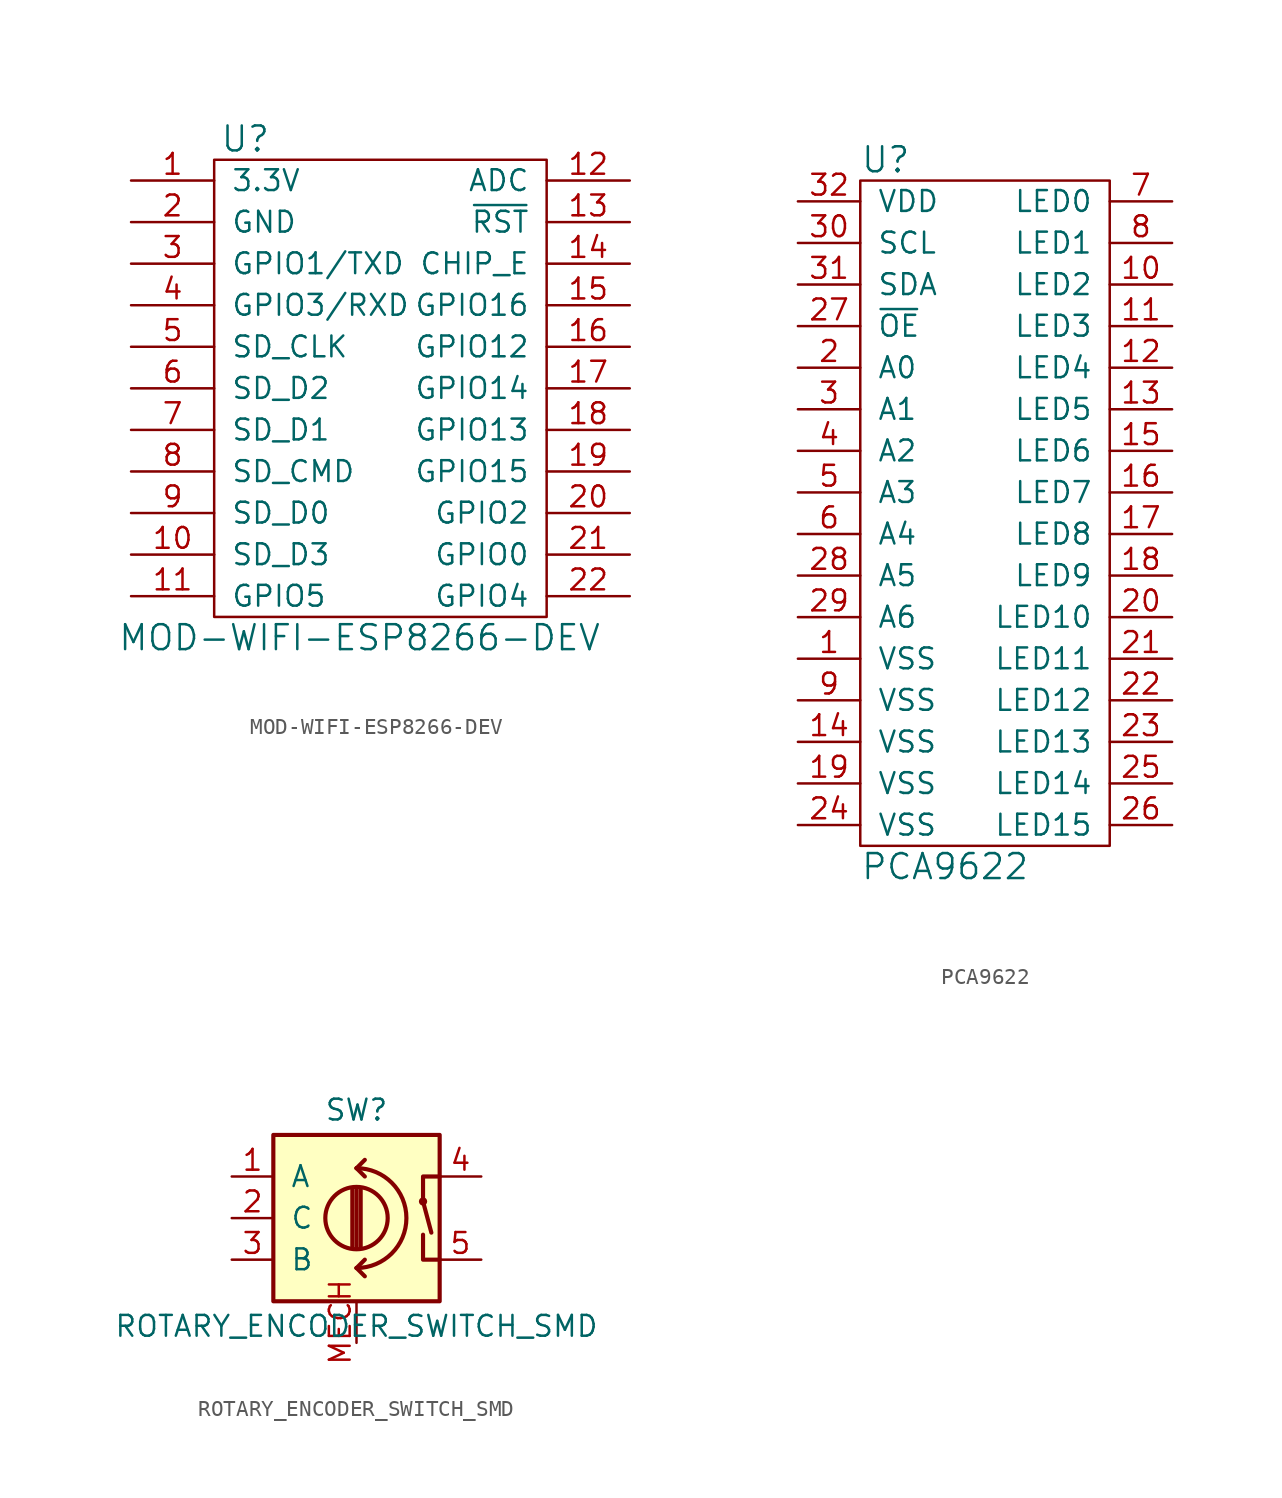
<source format=kicad_sym>
(kicad_symbol_lib
  (version 20211014)
  (generator kicad_symbol_editor)
  (symbol "MOD-WIFI-ESP8266-DEV"
    (pin_names
      (offset 1.016))
    (property "Reference" "U"
      (at -8.255 15.24 0)
      (effects (font (size 1.524 1.524))))
    (property "Value" "MOD-WIFI-ESP8266-DEV"
      (at -1.27 -15.24 0)
      (effects (font (size 1.524 1.524))))
    (symbol "MOD-WIFI-ESP8266-DEV_0_1"
      (rectangle (start -10.16 13.97) (end 10.16 -13.97) (stroke (width 0) (type default) (color 0 0 0 0)) (fill (type none))))
    (symbol "MOD-WIFI-ESP8266-DEV_1_1"
      (pin power_in line (at -15.24 12.7 0) (length 5.08) (name "3.3V" (effects (font (size 1.27 1.27)))) (number "1" (effects (font (size 1.27 1.27)))))
      (pin bidirectional line (at -15.24 -10.16 0) (length 5.08) (name "SD_D3" (effects (font (size 1.27 1.27)))) (number "10" (effects (font (size 1.27 1.27)))))
      (pin bidirectional line (at -15.24 -12.7 0) (length 5.08) (name "GPIO5" (effects (font (size 1.27 1.27)))) (number "11" (effects (font (size 1.27 1.27)))))
      (pin input line (at 15.24 12.7 180) (length 5.08) (name "ADC" (effects (font (size 1.27 1.27)))) (number "12" (effects (font (size 1.27 1.27)))))
      (pin input line (at 15.24 10.16 180) (length 5.08) (name "~{RST}" (effects (font (size 1.27 1.27)))) (number "13" (effects (font (size 1.27 1.27)))))
      (pin input line (at 15.24 7.62 180) (length 5.08) (name "CHIP_E" (effects (font (size 1.27 1.27)))) (number "14" (effects (font (size 1.27 1.27)))))
      (pin bidirectional line (at 15.24 5.08 180) (length 5.08) (name "GPIO16" (effects (font (size 1.27 1.27)))) (number "15" (effects (font (size 1.27 1.27)))))
      (pin bidirectional line (at 15.24 2.54 180) (length 5.08) (name "GPIO12" (effects (font (size 1.27 1.27)))) (number "16" (effects (font (size 1.27 1.27)))))
      (pin bidirectional line (at 15.24 0 180) (length 5.08) (name "GPIO14" (effects (font (size 1.27 1.27)))) (number "17" (effects (font (size 1.27 1.27)))))
      (pin bidirectional line (at 15.24 -2.54 180) (length 5.08) (name "GPIO13" (effects (font (size 1.27 1.27)))) (number "18" (effects (font (size 1.27 1.27)))))
      (pin bidirectional line (at 15.24 -5.08 180) (length 5.08) (name "GPIO15" (effects (font (size 1.27 1.27)))) (number "19" (effects (font (size 1.27 1.27)))))
      (pin power_in line (at -15.24 10.16 0) (length 5.08) (name "GND" (effects (font (size 1.27 1.27)))) (number "2" (effects (font (size 1.27 1.27)))))
      (pin bidirectional line (at 15.24 -7.62 180) (length 5.08) (name "GPIO2" (effects (font (size 1.27 1.27)))) (number "20" (effects (font (size 1.27 1.27)))))
      (pin bidirectional line (at 15.24 -10.16 180) (length 5.08) (name "GPIO0" (effects (font (size 1.27 1.27)))) (number "21" (effects (font (size 1.27 1.27)))))
      (pin bidirectional line (at 15.24 -12.7 180) (length 5.08) (name "GPIO4" (effects (font (size 1.27 1.27)))) (number "22" (effects (font (size 1.27 1.27)))))
      (pin bidirectional line (at -15.24 7.62 0) (length 5.08) (name "GPIO1/TXD" (effects (font (size 1.27 1.27)))) (number "3" (effects (font (size 1.27 1.27)))))
      (pin bidirectional line (at -15.24 5.08 0) (length 5.08) (name "GPIO3/RXD" (effects (font (size 1.27 1.27)))) (number "4" (effects (font (size 1.27 1.27)))))
      (pin bidirectional line (at -15.24 2.54 0) (length 5.08) (name "SD_CLK" (effects (font (size 1.27 1.27)))) (number "5" (effects (font (size 1.27 1.27)))))
      (pin bidirectional line (at -15.24 0 0) (length 5.08) (name "SD_D2" (effects (font (size 1.27 1.27)))) (number "6" (effects (font (size 1.27 1.27)))))
      (pin bidirectional line (at -15.24 -2.54 0) (length 5.08) (name "SD_D1" (effects (font (size 1.27 1.27)))) (number "7" (effects (font (size 1.27 1.27)))))
      (pin bidirectional line (at -15.24 -5.08 0) (length 5.08) (name "SD_CMD" (effects (font (size 1.27 1.27)))) (number "8" (effects (font (size 1.27 1.27)))))
      (pin bidirectional line (at -15.24 -7.62 0) (length 5.08) (name "SD_D0" (effects (font (size 1.27 1.27)))) (number "9" (effects (font (size 1.27 1.27)))))))
  (symbol "PCA9622"
    (pin_names
      (offset 1.016))
    (property "Reference" "U"
      (at -7.62 19.05 0)
      (effects (font (size 1.524 1.524)) (justify left)))
    (property "Value" "PCA9622"
      (at -7.62 -24.13 0)
      (effects (font (size 1.524 1.524)) (justify left)))
    (symbol "PCA9622_0_1"
      (rectangle (start -7.62 17.78) (end 7.62 -22.86) (stroke (width 0) (type default) (color 0 0 0 0)) (fill (type none))))
    (symbol "PCA9622_1_1"
      (pin power_in line (at -11.43 -11.43 0) (length 3.81) (name "VSS" (effects (font (size 1.27 1.27)))) (number "1" (effects (font (size 1.27 1.27)))))
      (pin open_collector line (at 11.43 11.43 180) (length 3.81) (name "LED2" (effects (font (size 1.27 1.27)))) (number "10" (effects (font (size 1.27 1.27)))))
      (pin open_collector line (at 11.43 8.89 180) (length 3.81) (name "LED3" (effects (font (size 1.27 1.27)))) (number "11" (effects (font (size 1.27 1.27)))))
      (pin open_collector line (at 11.43 6.35 180) (length 3.81) (name "LED4" (effects (font (size 1.27 1.27)))) (number "12" (effects (font (size 1.27 1.27)))))
      (pin open_collector line (at 11.43 3.81 180) (length 3.81) (name "LED5" (effects (font (size 1.27 1.27)))) (number "13" (effects (font (size 1.27 1.27)))))
      (pin power_in line (at -11.43 -16.51 0) (length 3.81) (name "VSS" (effects (font (size 1.27 1.27)))) (number "14" (effects (font (size 1.27 1.27)))))
      (pin open_collector line (at 11.43 1.27 180) (length 3.81) (name "LED6" (effects (font (size 1.27 1.27)))) (number "15" (effects (font (size 1.27 1.27)))))
      (pin open_collector line (at 11.43 -1.27 180) (length 3.81) (name "LED7" (effects (font (size 1.27 1.27)))) (number "16" (effects (font (size 1.27 1.27)))))
      (pin open_collector line (at 11.43 -3.81 180) (length 3.81) (name "LED8" (effects (font (size 1.27 1.27)))) (number "17" (effects (font (size 1.27 1.27)))))
      (pin open_collector line (at 11.43 -6.35 180) (length 3.81) (name "LED9" (effects (font (size 1.27 1.27)))) (number "18" (effects (font (size 1.27 1.27)))))
      (pin power_in line (at -11.43 -19.05 0) (length 3.81) (name "VSS" (effects (font (size 1.27 1.27)))) (number "19" (effects (font (size 1.27 1.27)))))
      (pin input line (at -11.43 6.35 0) (length 3.81) (name "A0" (effects (font (size 1.27 1.27)))) (number "2" (effects (font (size 1.27 1.27)))))
      (pin open_collector line (at 11.43 -8.89 180) (length 3.81) (name "LED10" (effects (font (size 1.27 1.27)))) (number "20" (effects (font (size 1.27 1.27)))))
      (pin open_collector line (at 11.43 -11.43 180) (length 3.81) (name "LED11" (effects (font (size 1.27 1.27)))) (number "21" (effects (font (size 1.27 1.27)))))
      (pin open_collector line (at 11.43 -13.97 180) (length 3.81) (name "LED12" (effects (font (size 1.27 1.27)))) (number "22" (effects (font (size 1.27 1.27)))))
      (pin open_collector line (at 11.43 -16.51 180) (length 3.81) (name "LED13" (effects (font (size 1.27 1.27)))) (number "23" (effects (font (size 1.27 1.27)))))
      (pin power_in line (at -11.43 -21.59 0) (length 3.81) (name "VSS" (effects (font (size 1.27 1.27)))) (number "24" (effects (font (size 1.27 1.27)))))
      (pin open_collector line (at 11.43 -19.05 180) (length 3.81) (name "LED14" (effects (font (size 1.27 1.27)))) (number "25" (effects (font (size 1.27 1.27)))))
      (pin open_collector line (at 11.43 -21.59 180) (length 3.81) (name "LED15" (effects (font (size 1.27 1.27)))) (number "26" (effects (font (size 1.27 1.27)))))
      (pin power_in line (at -11.43 8.89 0) (length 3.81) (name "~{OE}" (effects (font (size 1.27 1.27)))) (number "27" (effects (font (size 1.27 1.27)))))
      (pin power_in line (at -11.43 -6.35 0) (length 3.81) (name "A5" (effects (font (size 1.27 1.27)))) (number "28" (effects (font (size 1.27 1.27)))))
      (pin power_in line (at -11.43 -8.89 0) (length 3.81) (name "A6" (effects (font (size 1.27 1.27)))) (number "29" (effects (font (size 1.27 1.27)))))
      (pin input line (at -11.43 3.81 0) (length 3.81) (name "A1" (effects (font (size 1.27 1.27)))) (number "3" (effects (font (size 1.27 1.27)))))
      (pin input line (at -11.43 13.97 0) (length 3.81) (name "SCL" (effects (font (size 1.27 1.27)))) (number "30" (effects (font (size 1.27 1.27)))))
      (pin bidirectional line (at -11.43 11.43 0) (length 3.81) (name "SDA" (effects (font (size 1.27 1.27)))) (number "31" (effects (font (size 1.27 1.27)))))
      (pin power_in line (at -11.43 16.51 0) (length 3.81) (name "VDD" (effects (font (size 1.27 1.27)))) (number "32" (effects (font (size 1.27 1.27)))))
      (pin input line (at -11.43 1.27 0) (length 3.81) (name "A2" (effects (font (size 1.27 1.27)))) (number "4" (effects (font (size 1.27 1.27)))))
      (pin input line (at -11.43 -1.27 0) (length 3.81) (name "A3" (effects (font (size 1.27 1.27)))) (number "5" (effects (font (size 1.27 1.27)))))
      (pin input line (at -11.43 -3.81 0) (length 3.81) (name "A4" (effects (font (size 1.27 1.27)))) (number "6" (effects (font (size 1.27 1.27)))))
      (pin open_collector line (at 11.43 16.51 180) (length 3.81) (name "LED0" (effects (font (size 1.27 1.27)))) (number "7" (effects (font (size 1.27 1.27)))))
      (pin open_collector line (at 11.43 13.97 180) (length 3.81) (name "LED1" (effects (font (size 1.27 1.27)))) (number "8" (effects (font (size 1.27 1.27)))))
      (pin power_in line (at -11.43 -13.97 0) (length 3.81) (name "VSS" (effects (font (size 1.27 1.27)))) (number "9" (effects (font (size 1.27 1.27)))))))
  (symbol "ROTARY_ENCODER_SWITCH_SMD"
    (pin_names
      (offset 1.016))
    (property "Reference" "SW"
      (at 0 6.604 0)
      (effects (font (size 1.27 1.27))))
    (property "Value" "ROTARY_ENCODER_SWITCH_SMD"
      (at 0 -6.604 0)
      (effects (font (size 1.27 1.27))))
    (symbol "ROTARY_ENCODER_SWITCH_SMD_0_1"
      (rectangle (start -5.08 5.08) (end 5.08 -5.08) (stroke (width 0.254) (type default) (color 0 0 0 0)) (fill (type background)))
      (arc (start 0 -3.048) (mid 3.048 0) (end 0 3.048) (stroke (width 0.254) (type default) (color 0 0 0 0)) (fill (type none)))
      (polyline (pts (xy -0.254 -1.778) (xy -0.254 1.778)) (stroke (width 0.254) (type default) (color 0 0 0 0)) (fill (type none)))
      (polyline (pts (xy 0 -3.048) (xy 0.508 -3.556)) (stroke (width 0.254) (type default) (color 0 0 0 0)) (fill (type none)))
      (polyline (pts (xy 0 -3.048) (xy 0.508 -2.54)) (stroke (width 0.254) (type default) (color 0 0 0 0)) (fill (type none)))
      (polyline (pts (xy 0 -1.778) (xy 0 1.778)) (stroke (width 0.254) (type default) (color 0 0 0 0)) (fill (type none)))
      (polyline (pts (xy 0 3.048) (xy 0.508 2.54)) (stroke (width 0.254) (type default) (color 0 0 0 0)) (fill (type none)))
      (polyline (pts (xy 0.254 1.778) (xy 0.254 -1.778)) (stroke (width 0.254) (type default) (color 0 0 0 0)) (fill (type none)))
      (polyline (pts (xy 0.508 3.556) (xy 0 3.048)) (stroke (width 0.254) (type default) (color 0 0 0 0)) (fill (type none)))
      (polyline (pts (xy 4.064 1.016) (xy 4.572 -0.889)) (stroke (width 0.254) (type default) (color 0 0 0 0)) (fill (type none)))
      (polyline (pts (xy 5.08 -2.54) (xy 4.064 -2.54) (xy 4.064 -1.016)) (stroke (width 0.254) (type default) (color 0 0 0 0)) (fill (type none)))
      (polyline (pts (xy 5.08 2.54) (xy 4.064 2.54) (xy 4.064 1.016)) (stroke (width 0.254) (type default) (color 0 0 0 0)) (fill (type none)))
      (circle (center 0 0) (radius 1.905) (stroke (width 0.254) (type default) (color 0 0 0 0)) (fill (type none)))
      (circle (center 4.064 1.016) (radius 0.127) (stroke (width 0.254) (type default) (color 0 0 0 0)) (fill (type none))))
    (symbol "ROTARY_ENCODER_SWITCH_SMD_1_1"
      (pin input line (at -7.62 2.54 0) (length 2.54) (name "A" (effects (font (size 1.27 1.27)))) (number "1" (effects (font (size 1.27 1.27)))))
      (pin input line (at -7.62 0 0) (length 2.54) (name "C" (effects (font (size 1.27 1.27)))) (number "2" (effects (font (size 1.27 1.27)))))
      (pin input line (at -7.62 -2.54 0) (length 2.54) (name "B" (effects (font (size 1.27 1.27)))) (number "3" (effects (font (size 1.27 1.27)))))
      (pin input line (at 7.62 2.54 180) (length 2.54) (name "~" (effects (font (size 1.27 1.27)))) (number "4" (effects (font (size 1.27 1.27)))))
      (pin input line (at 7.62 -2.54 180) (length 2.54) (name "~" (effects (font (size 1.27 1.27)))) (number "5" (effects (font (size 1.27 1.27)))))
      (pin power_in line (at 0 -7.62 90) (length 2.54) (name "~" (effects (font (size 1.27 1.27)))) (number "MECH" (effects (font (size 1.27 1.27))))))))
</source>
